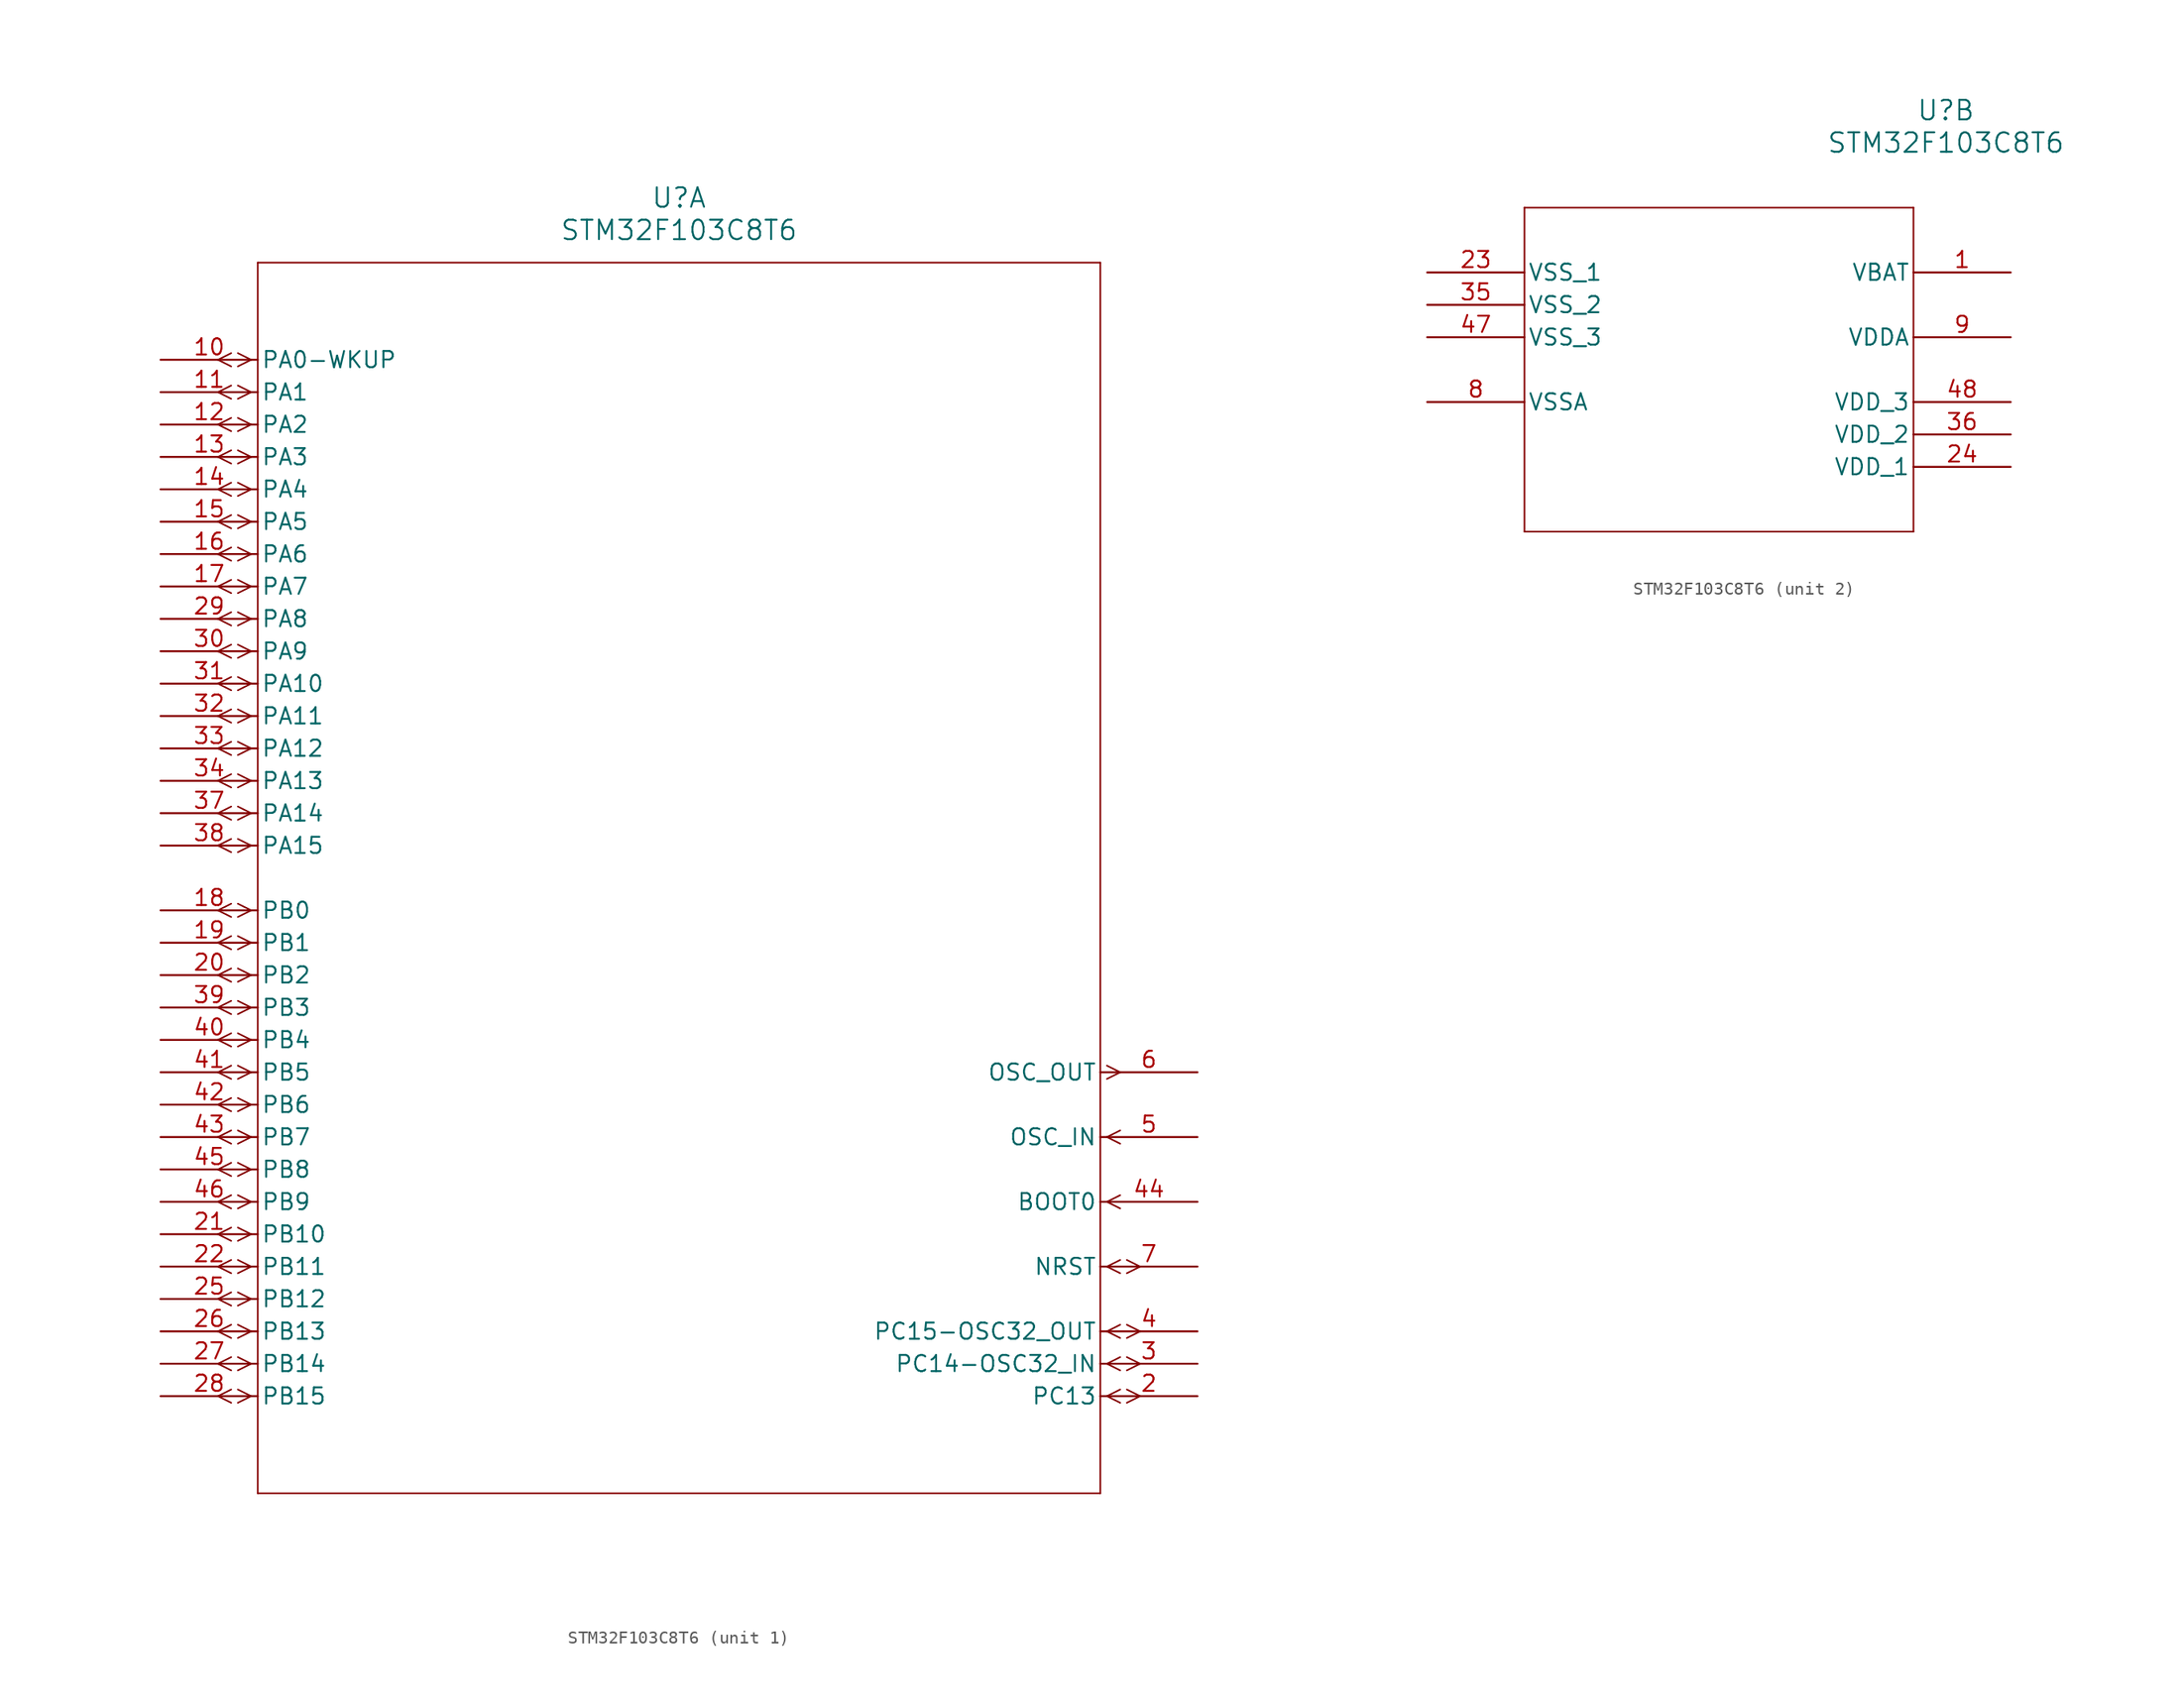
<source format=kicad_sym>
(kicad_symbol_lib
  (version 20211014)
  (generator kicad_symbol_editor)
  (symbol "STM32F103C8T6"
    (pin_names
      (offset 0.254))
    (property "Reference" "U"
      (at 40.64 12.7 0)
      (effects (font (size 1.524 1.524))))
    (property "Value" "STM32F103C8T6"
      (at 40.64 10.16 0)
      (effects (font (size 1.524 1.524))))
    (symbol "STM32F103C8T6_1_1"
      (polyline (pts (xy 7.099 0) (xy 6.058 0.521)) (stroke (width 0.127) (type default) (color 0 0 0 0)) (fill (type none)))
      (polyline (pts (xy 7.099 0) (xy 6.058 -0.521)) (stroke (width 0.127) (type default) (color 0 0 0 0)) (fill (type none)))
      (polyline (pts (xy 5.537 0.521) (xy 4.496 0)) (stroke (width 0.127) (type default) (color 0 0 0 0)) (fill (type none)))
      (polyline (pts (xy 5.537 -0.521) (xy 4.496 0)) (stroke (width 0.127) (type default) (color 0 0 0 0)) (fill (type none)))
      (polyline (pts (xy 7.099 -2.54) (xy 6.058 -2.019)) (stroke (width 0.127) (type default) (color 0 0 0 0)) (fill (type none)))
      (polyline (pts (xy 7.099 -2.54) (xy 6.058 -3.061)) (stroke (width 0.127) (type default) (color 0 0 0 0)) (fill (type none)))
      (polyline (pts (xy 5.537 -2.019) (xy 4.496 -2.54)) (stroke (width 0.127) (type default) (color 0 0 0 0)) (fill (type none)))
      (polyline (pts (xy 5.537 -3.061) (xy 4.496 -2.54)) (stroke (width 0.127) (type default) (color 0 0 0 0)) (fill (type none)))
      (polyline (pts (xy 7.099 -5.08) (xy 6.058 -4.559)) (stroke (width 0.127) (type default) (color 0 0 0 0)) (fill (type none)))
      (polyline (pts (xy 7.099 -5.08) (xy 6.058 -5.601)) (stroke (width 0.127) (type default) (color 0 0 0 0)) (fill (type none)))
      (polyline (pts (xy 5.537 -4.559) (xy 4.496 -5.08)) (stroke (width 0.127) (type default) (color 0 0 0 0)) (fill (type none)))
      (polyline (pts (xy 5.537 -5.601) (xy 4.496 -5.08)) (stroke (width 0.127) (type default) (color 0 0 0 0)) (fill (type none)))
      (polyline (pts (xy 7.099 -7.62) (xy 6.058 -7.099)) (stroke (width 0.127) (type default) (color 0 0 0 0)) (fill (type none)))
      (polyline (pts (xy 7.099 -7.62) (xy 6.058 -8.141)) (stroke (width 0.127) (type default) (color 0 0 0 0)) (fill (type none)))
      (polyline (pts (xy 5.537 -7.099) (xy 4.496 -7.62)) (stroke (width 0.127) (type default) (color 0 0 0 0)) (fill (type none)))
      (polyline (pts (xy 5.537 -8.141) (xy 4.496 -7.62)) (stroke (width 0.127) (type default) (color 0 0 0 0)) (fill (type none)))
      (polyline (pts (xy 7.099 -10.16) (xy 6.058 -9.639)) (stroke (width 0.127) (type default) (color 0 0 0 0)) (fill (type none)))
      (polyline (pts (xy 7.099 -10.16) (xy 6.058 -10.681)) (stroke (width 0.127) (type default) (color 0 0 0 0)) (fill (type none)))
      (polyline (pts (xy 5.537 -9.639) (xy 4.496 -10.16)) (stroke (width 0.127) (type default) (color 0 0 0 0)) (fill (type none)))
      (polyline (pts (xy 5.537 -10.681) (xy 4.496 -10.16)) (stroke (width 0.127) (type default) (color 0 0 0 0)) (fill (type none)))
      (polyline (pts (xy 7.099 -12.7) (xy 6.058 -12.179)) (stroke (width 0.127) (type default) (color 0 0 0 0)) (fill (type none)))
      (polyline (pts (xy 7.099 -12.7) (xy 6.058 -13.221)) (stroke (width 0.127) (type default) (color 0 0 0 0)) (fill (type none)))
      (polyline (pts (xy 5.537 -12.179) (xy 4.496 -12.7)) (stroke (width 0.127) (type default) (color 0 0 0 0)) (fill (type none)))
      (polyline (pts (xy 5.537 -13.221) (xy 4.496 -12.7)) (stroke (width 0.127) (type default) (color 0 0 0 0)) (fill (type none)))
      (polyline (pts (xy 7.099 -15.24) (xy 6.058 -14.719)) (stroke (width 0.127) (type default) (color 0 0 0 0)) (fill (type none)))
      (polyline (pts (xy 7.099 -15.24) (xy 6.058 -15.761)) (stroke (width 0.127) (type default) (color 0 0 0 0)) (fill (type none)))
      (polyline (pts (xy 5.537 -14.719) (xy 4.496 -15.24)) (stroke (width 0.127) (type default) (color 0 0 0 0)) (fill (type none)))
      (polyline (pts (xy 5.537 -15.761) (xy 4.496 -15.24)) (stroke (width 0.127) (type default) (color 0 0 0 0)) (fill (type none)))
      (polyline (pts (xy 7.099 -17.78) (xy 6.058 -17.259)) (stroke (width 0.127) (type default) (color 0 0 0 0)) (fill (type none)))
      (polyline (pts (xy 7.099 -17.78) (xy 6.058 -18.301)) (stroke (width 0.127) (type default) (color 0 0 0 0)) (fill (type none)))
      (polyline (pts (xy 5.537 -17.259) (xy 4.496 -17.78)) (stroke (width 0.127) (type default) (color 0 0 0 0)) (fill (type none)))
      (polyline (pts (xy 5.537 -18.301) (xy 4.496 -17.78)) (stroke (width 0.127) (type default) (color 0 0 0 0)) (fill (type none)))
      (polyline (pts (xy 7.099 -20.32) (xy 6.058 -19.799)) (stroke (width 0.127) (type default) (color 0 0 0 0)) (fill (type none)))
      (polyline (pts (xy 7.099 -20.32) (xy 6.058 -20.841)) (stroke (width 0.127) (type default) (color 0 0 0 0)) (fill (type none)))
      (polyline (pts (xy 5.537 -19.799) (xy 4.496 -20.32)) (stroke (width 0.127) (type default) (color 0 0 0 0)) (fill (type none)))
      (polyline (pts (xy 5.537 -20.841) (xy 4.496 -20.32)) (stroke (width 0.127) (type default) (color 0 0 0 0)) (fill (type none)))
      (polyline (pts (xy 7.099 -22.86) (xy 6.058 -22.339)) (stroke (width 0.127) (type default) (color 0 0 0 0)) (fill (type none)))
      (polyline (pts (xy 7.099 -22.86) (xy 6.058 -23.381)) (stroke (width 0.127) (type default) (color 0 0 0 0)) (fill (type none)))
      (polyline (pts (xy 5.537 -22.339) (xy 4.496 -22.86)) (stroke (width 0.127) (type default) (color 0 0 0 0)) (fill (type none)))
      (polyline (pts (xy 5.537 -23.381) (xy 4.496 -22.86)) (stroke (width 0.127) (type default) (color 0 0 0 0)) (fill (type none)))
      (polyline (pts (xy 7.099 -25.4) (xy 6.058 -24.879)) (stroke (width 0.127) (type default) (color 0 0 0 0)) (fill (type none)))
      (polyline (pts (xy 7.099 -25.4) (xy 6.058 -25.921)) (stroke (width 0.127) (type default) (color 0 0 0 0)) (fill (type none)))
      (polyline (pts (xy 5.537 -24.879) (xy 4.496 -25.4)) (stroke (width 0.127) (type default) (color 0 0 0 0)) (fill (type none)))
      (polyline (pts (xy 5.537 -25.921) (xy 4.496 -25.4)) (stroke (width 0.127) (type default) (color 0 0 0 0)) (fill (type none)))
      (polyline (pts (xy 7.099 -27.94) (xy 6.058 -27.419)) (stroke (width 0.127) (type default) (color 0 0 0 0)) (fill (type none)))
      (polyline (pts (xy 7.099 -27.94) (xy 6.058 -28.461)) (stroke (width 0.127) (type default) (color 0 0 0 0)) (fill (type none)))
      (polyline (pts (xy 5.537 -27.419) (xy 4.496 -27.94)) (stroke (width 0.127) (type default) (color 0 0 0 0)) (fill (type none)))
      (polyline (pts (xy 5.537 -28.461) (xy 4.496 -27.94)) (stroke (width 0.127) (type default) (color 0 0 0 0)) (fill (type none)))
      (polyline (pts (xy 7.099 -30.48) (xy 6.058 -29.959)) (stroke (width 0.127) (type default) (color 0 0 0 0)) (fill (type none)))
      (polyline (pts (xy 7.099 -30.48) (xy 6.058 -31.001)) (stroke (width 0.127) (type default) (color 0 0 0 0)) (fill (type none)))
      (polyline (pts (xy 5.537 -29.959) (xy 4.496 -30.48)) (stroke (width 0.127) (type default) (color 0 0 0 0)) (fill (type none)))
      (polyline (pts (xy 5.537 -31.001) (xy 4.496 -30.48)) (stroke (width 0.127) (type default) (color 0 0 0 0)) (fill (type none)))
      (polyline (pts (xy 7.099 -33.02) (xy 6.058 -32.499)) (stroke (width 0.127) (type default) (color 0 0 0 0)) (fill (type none)))
      (polyline (pts (xy 7.099 -33.02) (xy 6.058 -33.541)) (stroke (width 0.127) (type default) (color 0 0 0 0)) (fill (type none)))
      (polyline (pts (xy 5.537 -32.499) (xy 4.496 -33.02)) (stroke (width 0.127) (type default) (color 0 0 0 0)) (fill (type none)))
      (polyline (pts (xy 5.537 -33.541) (xy 4.496 -33.02)) (stroke (width 0.127) (type default) (color 0 0 0 0)) (fill (type none)))
      (polyline (pts (xy 7.099 -35.56) (xy 6.058 -35.039)) (stroke (width 0.127) (type default) (color 0 0 0 0)) (fill (type none)))
      (polyline (pts (xy 7.099 -35.56) (xy 6.058 -36.081)) (stroke (width 0.127) (type default) (color 0 0 0 0)) (fill (type none)))
      (polyline (pts (xy 5.537 -35.039) (xy 4.496 -35.56)) (stroke (width 0.127) (type default) (color 0 0 0 0)) (fill (type none)))
      (polyline (pts (xy 5.537 -36.081) (xy 4.496 -35.56)) (stroke (width 0.127) (type default) (color 0 0 0 0)) (fill (type none)))
      (polyline (pts (xy 7.099 -38.1) (xy 6.058 -37.579)) (stroke (width 0.127) (type default) (color 0 0 0 0)) (fill (type none)))
      (polyline (pts (xy 7.099 -38.1) (xy 6.058 -38.621)) (stroke (width 0.127) (type default) (color 0 0 0 0)) (fill (type none)))
      (polyline (pts (xy 5.537 -37.579) (xy 4.496 -38.1)) (stroke (width 0.127) (type default) (color 0 0 0 0)) (fill (type none)))
      (polyline (pts (xy 5.537 -38.621) (xy 4.496 -38.1)) (stroke (width 0.127) (type default) (color 0 0 0 0)) (fill (type none)))
      (polyline (pts (xy 7.099 -43.18) (xy 6.058 -42.659)) (stroke (width 0.127) (type default) (color 0 0 0 0)) (fill (type none)))
      (polyline (pts (xy 7.099 -43.18) (xy 6.058 -43.701)) (stroke (width 0.127) (type default) (color 0 0 0 0)) (fill (type none)))
      (polyline (pts (xy 5.537 -42.659) (xy 4.496 -43.18)) (stroke (width 0.127) (type default) (color 0 0 0 0)) (fill (type none)))
      (polyline (pts (xy 5.537 -43.701) (xy 4.496 -43.18)) (stroke (width 0.127) (type default) (color 0 0 0 0)) (fill (type none)))
      (polyline (pts (xy 7.099 -45.72) (xy 6.058 -45.199)) (stroke (width 0.127) (type default) (color 0 0 0 0)) (fill (type none)))
      (polyline (pts (xy 7.099 -45.72) (xy 6.058 -46.241)) (stroke (width 0.127) (type default) (color 0 0 0 0)) (fill (type none)))
      (polyline (pts (xy 5.537 -45.199) (xy 4.496 -45.72)) (stroke (width 0.127) (type default) (color 0 0 0 0)) (fill (type none)))
      (polyline (pts (xy 5.537 -46.241) (xy 4.496 -45.72)) (stroke (width 0.127) (type default) (color 0 0 0 0)) (fill (type none)))
      (polyline (pts (xy 7.099 -48.26) (xy 6.058 -47.739)) (stroke (width 0.127) (type default) (color 0 0 0 0)) (fill (type none)))
      (polyline (pts (xy 7.099 -48.26) (xy 6.058 -48.781)) (stroke (width 0.127) (type default) (color 0 0 0 0)) (fill (type none)))
      (polyline (pts (xy 5.537 -47.739) (xy 4.496 -48.26)) (stroke (width 0.127) (type default) (color 0 0 0 0)) (fill (type none)))
      (polyline (pts (xy 5.537 -48.781) (xy 4.496 -48.26)) (stroke (width 0.127) (type default) (color 0 0 0 0)) (fill (type none)))
      (polyline (pts (xy 7.099 -50.8) (xy 6.058 -50.279)) (stroke (width 0.127) (type default) (color 0 0 0 0)) (fill (type none)))
      (polyline (pts (xy 7.099 -50.8) (xy 6.058 -51.321)) (stroke (width 0.127) (type default) (color 0 0 0 0)) (fill (type none)))
      (polyline (pts (xy 5.537 -50.279) (xy 4.496 -50.8)) (stroke (width 0.127) (type default) (color 0 0 0 0)) (fill (type none)))
      (polyline (pts (xy 5.537 -51.321) (xy 4.496 -50.8)) (stroke (width 0.127) (type default) (color 0 0 0 0)) (fill (type none)))
      (polyline (pts (xy 7.099 -53.34) (xy 6.058 -52.819)) (stroke (width 0.127) (type default) (color 0 0 0 0)) (fill (type none)))
      (polyline (pts (xy 7.099 -53.34) (xy 6.058 -53.861)) (stroke (width 0.127) (type default) (color 0 0 0 0)) (fill (type none)))
      (polyline (pts (xy 5.537 -52.819) (xy 4.496 -53.34)) (stroke (width 0.127) (type default) (color 0 0 0 0)) (fill (type none)))
      (polyline (pts (xy 5.537 -53.861) (xy 4.496 -53.34)) (stroke (width 0.127) (type default) (color 0 0 0 0)) (fill (type none)))
      (polyline (pts (xy 7.099 -55.88) (xy 6.058 -55.359)) (stroke (width 0.127) (type default) (color 0 0 0 0)) (fill (type none)))
      (polyline (pts (xy 7.099 -55.88) (xy 6.058 -56.401)) (stroke (width 0.127) (type default) (color 0 0 0 0)) (fill (type none)))
      (polyline (pts (xy 5.537 -55.359) (xy 4.496 -55.88)) (stroke (width 0.127) (type default) (color 0 0 0 0)) (fill (type none)))
      (polyline (pts (xy 5.537 -56.401) (xy 4.496 -55.88)) (stroke (width 0.127) (type default) (color 0 0 0 0)) (fill (type none)))
      (polyline (pts (xy 7.099 -58.42) (xy 6.058 -57.899)) (stroke (width 0.127) (type default) (color 0 0 0 0)) (fill (type none)))
      (polyline (pts (xy 7.099 -58.42) (xy 6.058 -58.941)) (stroke (width 0.127) (type default) (color 0 0 0 0)) (fill (type none)))
      (polyline (pts (xy 5.537 -57.899) (xy 4.496 -58.42)) (stroke (width 0.127) (type default) (color 0 0 0 0)) (fill (type none)))
      (polyline (pts (xy 5.537 -58.941) (xy 4.496 -58.42)) (stroke (width 0.127) (type default) (color 0 0 0 0)) (fill (type none)))
      (polyline (pts (xy 7.099 -60.96) (xy 6.058 -60.439)) (stroke (width 0.127) (type default) (color 0 0 0 0)) (fill (type none)))
      (polyline (pts (xy 7.099 -60.96) (xy 6.058 -61.481)) (stroke (width 0.127) (type default) (color 0 0 0 0)) (fill (type none)))
      (polyline (pts (xy 5.537 -60.439) (xy 4.496 -60.96)) (stroke (width 0.127) (type default) (color 0 0 0 0)) (fill (type none)))
      (polyline (pts (xy 5.537 -61.481) (xy 4.496 -60.96)) (stroke (width 0.127) (type default) (color 0 0 0 0)) (fill (type none)))
      (polyline (pts (xy 7.099 -63.5) (xy 6.058 -62.979)) (stroke (width 0.127) (type default) (color 0 0 0 0)) (fill (type none)))
      (polyline (pts (xy 7.099 -63.5) (xy 6.058 -64.021)) (stroke (width 0.127) (type default) (color 0 0 0 0)) (fill (type none)))
      (polyline (pts (xy 5.537 -62.979) (xy 4.496 -63.5)) (stroke (width 0.127) (type default) (color 0 0 0 0)) (fill (type none)))
      (polyline (pts (xy 5.537 -64.021) (xy 4.496 -63.5)) (stroke (width 0.127) (type default) (color 0 0 0 0)) (fill (type none)))
      (polyline (pts (xy 7.099 -66.04) (xy 6.058 -65.519)) (stroke (width 0.127) (type default) (color 0 0 0 0)) (fill (type none)))
      (polyline (pts (xy 7.099 -66.04) (xy 6.058 -66.561)) (stroke (width 0.127) (type default) (color 0 0 0 0)) (fill (type none)))
      (polyline (pts (xy 5.537 -65.519) (xy 4.496 -66.04)) (stroke (width 0.127) (type default) (color 0 0 0 0)) (fill (type none)))
      (polyline (pts (xy 5.537 -66.561) (xy 4.496 -66.04)) (stroke (width 0.127) (type default) (color 0 0 0 0)) (fill (type none)))
      (polyline (pts (xy 7.099 -68.58) (xy 6.058 -68.059)) (stroke (width 0.127) (type default) (color 0 0 0 0)) (fill (type none)))
      (polyline (pts (xy 7.099 -68.58) (xy 6.058 -69.101)) (stroke (width 0.127) (type default) (color 0 0 0 0)) (fill (type none)))
      (polyline (pts (xy 5.537 -68.059) (xy 4.496 -68.58)) (stroke (width 0.127) (type default) (color 0 0 0 0)) (fill (type none)))
      (polyline (pts (xy 5.537 -69.101) (xy 4.496 -68.58)) (stroke (width 0.127) (type default) (color 0 0 0 0)) (fill (type none)))
      (polyline (pts (xy 7.099 -71.12) (xy 6.058 -70.599)) (stroke (width 0.127) (type default) (color 0 0 0 0)) (fill (type none)))
      (polyline (pts (xy 7.099 -71.12) (xy 6.058 -71.641)) (stroke (width 0.127) (type default) (color 0 0 0 0)) (fill (type none)))
      (polyline (pts (xy 5.537 -70.599) (xy 4.496 -71.12)) (stroke (width 0.127) (type default) (color 0 0 0 0)) (fill (type none)))
      (polyline (pts (xy 5.537 -71.641) (xy 4.496 -71.12)) (stroke (width 0.127) (type default) (color 0 0 0 0)) (fill (type none)))
      (polyline (pts (xy 7.099 -73.66) (xy 6.058 -73.139)) (stroke (width 0.127) (type default) (color 0 0 0 0)) (fill (type none)))
      (polyline (pts (xy 7.099 -73.66) (xy 6.058 -74.181)) (stroke (width 0.127) (type default) (color 0 0 0 0)) (fill (type none)))
      (polyline (pts (xy 5.537 -73.139) (xy 4.496 -73.66)) (stroke (width 0.127) (type default) (color 0 0 0 0)) (fill (type none)))
      (polyline (pts (xy 5.537 -74.181) (xy 4.496 -73.66)) (stroke (width 0.127) (type default) (color 0 0 0 0)) (fill (type none)))
      (polyline (pts (xy 7.099 -76.2) (xy 6.058 -75.679)) (stroke (width 0.127) (type default) (color 0 0 0 0)) (fill (type none)))
      (polyline (pts (xy 7.099 -76.2) (xy 6.058 -76.721)) (stroke (width 0.127) (type default) (color 0 0 0 0)) (fill (type none)))
      (polyline (pts (xy 5.537 -75.679) (xy 4.496 -76.2)) (stroke (width 0.127) (type default) (color 0 0 0 0)) (fill (type none)))
      (polyline (pts (xy 5.537 -76.721) (xy 4.496 -76.2)) (stroke (width 0.127) (type default) (color 0 0 0 0)) (fill (type none)))
      (polyline (pts (xy 7.099 -78.74) (xy 6.058 -78.219)) (stroke (width 0.127) (type default) (color 0 0 0 0)) (fill (type none)))
      (polyline (pts (xy 7.099 -78.74) (xy 6.058 -79.261)) (stroke (width 0.127) (type default) (color 0 0 0 0)) (fill (type none)))
      (polyline (pts (xy 5.537 -78.219) (xy 4.496 -78.74)) (stroke (width 0.127) (type default) (color 0 0 0 0)) (fill (type none)))
      (polyline (pts (xy 5.537 -79.261) (xy 4.496 -78.74)) (stroke (width 0.127) (type default) (color 0 0 0 0)) (fill (type none)))
      (polyline (pts (xy 7.099 -81.28) (xy 6.058 -80.759)) (stroke (width 0.127) (type default) (color 0 0 0 0)) (fill (type none)))
      (polyline (pts (xy 7.099 -81.28) (xy 6.058 -81.801)) (stroke (width 0.127) (type default) (color 0 0 0 0)) (fill (type none)))
      (polyline (pts (xy 5.537 -80.759) (xy 4.496 -81.28)) (stroke (width 0.127) (type default) (color 0 0 0 0)) (fill (type none)))
      (polyline (pts (xy 5.537 -81.801) (xy 4.496 -81.28)) (stroke (width 0.127) (type default) (color 0 0 0 0)) (fill (type none)))
      (polyline (pts (xy 74.181 -81.28) (xy 75.222 -80.759)) (stroke (width 0.127) (type default) (color 0 0 0 0)) (fill (type none)))
      (polyline (pts (xy 74.181 -81.28) (xy 75.222 -81.801)) (stroke (width 0.127) (type default) (color 0 0 0 0)) (fill (type none)))
      (polyline (pts (xy 75.743 -80.759) (xy 76.784 -81.28)) (stroke (width 0.127) (type default) (color 0 0 0 0)) (fill (type none)))
      (polyline (pts (xy 75.743 -81.801) (xy 76.784 -81.28)) (stroke (width 0.127) (type default) (color 0 0 0 0)) (fill (type none)))
      (polyline (pts (xy 74.181 -78.74) (xy 75.222 -78.219)) (stroke (width 0.127) (type default) (color 0 0 0 0)) (fill (type none)))
      (polyline (pts (xy 74.181 -78.74) (xy 75.222 -79.261)) (stroke (width 0.127) (type default) (color 0 0 0 0)) (fill (type none)))
      (polyline (pts (xy 75.743 -78.219) (xy 76.784 -78.74)) (stroke (width 0.127) (type default) (color 0 0 0 0)) (fill (type none)))
      (polyline (pts (xy 75.743 -79.261) (xy 76.784 -78.74)) (stroke (width 0.127) (type default) (color 0 0 0 0)) (fill (type none)))
      (polyline (pts (xy 74.181 -76.2) (xy 75.222 -75.679)) (stroke (width 0.127) (type default) (color 0 0 0 0)) (fill (type none)))
      (polyline (pts (xy 74.181 -76.2) (xy 75.222 -76.721)) (stroke (width 0.127) (type default) (color 0 0 0 0)) (fill (type none)))
      (polyline (pts (xy 75.743 -75.679) (xy 76.784 -76.2)) (stroke (width 0.127) (type default) (color 0 0 0 0)) (fill (type none)))
      (polyline (pts (xy 75.743 -76.721) (xy 76.784 -76.2)) (stroke (width 0.127) (type default) (color 0 0 0 0)) (fill (type none)))
      (polyline (pts (xy 74.181 -71.12) (xy 75.222 -70.599)) (stroke (width 0.127) (type default) (color 0 0 0 0)) (fill (type none)))
      (polyline (pts (xy 74.181 -71.12) (xy 75.222 -71.641)) (stroke (width 0.127) (type default) (color 0 0 0 0)) (fill (type none)))
      (polyline (pts (xy 75.743 -70.599) (xy 76.784 -71.12)) (stroke (width 0.127) (type default) (color 0 0 0 0)) (fill (type none)))
      (polyline (pts (xy 75.743 -71.641) (xy 76.784 -71.12)) (stroke (width 0.127) (type default) (color 0 0 0 0)) (fill (type none)))
      (polyline (pts (xy 74.181 -66.04) (xy 75.222 -65.519)) (stroke (width 0.127) (type default) (color 0 0 0 0)) (fill (type none)))
      (polyline (pts (xy 74.181 -66.04) (xy 75.222 -66.561)) (stroke (width 0.127) (type default) (color 0 0 0 0)) (fill (type none)))
      (polyline (pts (xy 74.181 -60.96) (xy 75.222 -60.439)) (stroke (width 0.127) (type default) (color 0 0 0 0)) (fill (type none)))
      (polyline (pts (xy 74.181 -60.96) (xy 75.222 -61.481)) (stroke (width 0.127) (type default) (color 0 0 0 0)) (fill (type none)))
      (polyline (pts (xy 74.181 -55.359) (xy 75.222 -55.88)) (stroke (width 0.127) (type default) (color 0 0 0 0)) (fill (type none)))
      (polyline (pts (xy 74.181 -56.401) (xy 75.222 -55.88)) (stroke (width 0.127) (type default) (color 0 0 0 0)) (fill (type none)))
      (polyline (pts (xy 7.62 7.62) (xy 7.62 -88.9)) (stroke (width 0.127) (type default) (color 0 0 0 0)) (fill (type none)))
      (polyline (pts (xy 7.62 -88.9) (xy 73.66 -88.9)) (stroke (width 0.127) (type default) (color 0 0 0 0)) (fill (type none)))
      (polyline (pts (xy 73.66 -88.9) (xy 73.66 7.62)) (stroke (width 0.127) (type default) (color 0 0 0 0)) (fill (type none)))
      (polyline (pts (xy 73.66 7.62) (xy 7.62 7.62)) (stroke (width 0.127) (type default) (color 0 0 0 0)) (fill (type none)))
      (pin bidirectional line (at 81.28 -81.28 180) (length 7.62) (name "PC13" (effects (font (size 1.27 1.27)))) (number "2" (effects (font (size 1.27 1.27)))))
      (pin bidirectional line (at 81.28 -78.74 180) (length 7.62) (name "PC14-OSC32_IN" (effects (font (size 1.27 1.27)))) (number "3" (effects (font (size 1.27 1.27)))))
      (pin bidirectional line (at 81.28 -76.2 180) (length 7.62) (name "PC15-OSC32_OUT" (effects (font (size 1.27 1.27)))) (number "4" (effects (font (size 1.27 1.27)))))
      (pin input line (at 81.28 -60.96 180) (length 7.62) (name "OSC_IN" (effects (font (size 1.27 1.27)))) (number "5" (effects (font (size 1.27 1.27)))))
      (pin output line (at 81.28 -55.88 180) (length 7.62) (name "OSC_OUT" (effects (font (size 1.27 1.27)))) (number "6" (effects (font (size 1.27 1.27)))))
      (pin bidirectional line (at 81.28 -71.12 180) (length 7.62) (name "NRST" (effects (font (size 1.27 1.27)))) (number "7" (effects (font (size 1.27 1.27)))))
      (pin bidirectional line (at 0 0 0) (length 7.62) (name "PA0-WKUP" (effects (font (size 1.27 1.27)))) (number "10" (effects (font (size 1.27 1.27)))))
      (pin bidirectional line (at 0 -2.54 0) (length 7.62) (name "PA1" (effects (font (size 1.27 1.27)))) (number "11" (effects (font (size 1.27 1.27)))))
      (pin bidirectional line (at 0 -5.08 0) (length 7.62) (name "PA2" (effects (font (size 1.27 1.27)))) (number "12" (effects (font (size 1.27 1.27)))))
      (pin bidirectional line (at 0 -7.62 0) (length 7.62) (name "PA3" (effects (font (size 1.27 1.27)))) (number "13" (effects (font (size 1.27 1.27)))))
      (pin bidirectional line (at 0 -10.16 0) (length 7.62) (name "PA4" (effects (font (size 1.27 1.27)))) (number "14" (effects (font (size 1.27 1.27)))))
      (pin bidirectional line (at 0 -12.7 0) (length 7.62) (name "PA5" (effects (font (size 1.27 1.27)))) (number "15" (effects (font (size 1.27 1.27)))))
      (pin bidirectional line (at 0 -15.24 0) (length 7.62) (name "PA6" (effects (font (size 1.27 1.27)))) (number "16" (effects (font (size 1.27 1.27)))))
      (pin bidirectional line (at 0 -17.78 0) (length 7.62) (name "PA7" (effects (font (size 1.27 1.27)))) (number "17" (effects (font (size 1.27 1.27)))))
      (pin bidirectional line (at 0 -43.18 0) (length 7.62) (name "PB0" (effects (font (size 1.27 1.27)))) (number "18" (effects (font (size 1.27 1.27)))))
      (pin bidirectional line (at 0 -45.72 0) (length 7.62) (name "PB1" (effects (font (size 1.27 1.27)))) (number "19" (effects (font (size 1.27 1.27)))))
      (pin bidirectional line (at 0 -48.26 0) (length 7.62) (name "PB2" (effects (font (size 1.27 1.27)))) (number "20" (effects (font (size 1.27 1.27)))))
      (pin bidirectional line (at 0 -68.58 0) (length 7.62) (name "PB10" (effects (font (size 1.27 1.27)))) (number "21" (effects (font (size 1.27 1.27)))))
      (pin bidirectional line (at 0 -71.12 0) (length 7.62) (name "PB11" (effects (font (size 1.27 1.27)))) (number "22" (effects (font (size 1.27 1.27)))))
      (pin bidirectional line (at 0 -73.66 0) (length 7.62) (name "PB12" (effects (font (size 1.27 1.27)))) (number "25" (effects (font (size 1.27 1.27)))))
      (pin bidirectional line (at 0 -76.2 0) (length 7.62) (name "PB13" (effects (font (size 1.27 1.27)))) (number "26" (effects (font (size 1.27 1.27)))))
      (pin bidirectional line (at 0 -78.74 0) (length 7.62) (name "PB14" (effects (font (size 1.27 1.27)))) (number "27" (effects (font (size 1.27 1.27)))))
      (pin bidirectional line (at 0 -81.28 0) (length 7.62) (name "PB15" (effects (font (size 1.27 1.27)))) (number "28" (effects (font (size 1.27 1.27)))))
      (pin bidirectional line (at 0 -20.32 0) (length 7.62) (name "PA8" (effects (font (size 1.27 1.27)))) (number "29" (effects (font (size 1.27 1.27)))))
      (pin bidirectional line (at 0 -22.86 0) (length 7.62) (name "PA9" (effects (font (size 1.27 1.27)))) (number "30" (effects (font (size 1.27 1.27)))))
      (pin bidirectional line (at 0 -25.4 0) (length 7.62) (name "PA10" (effects (font (size 1.27 1.27)))) (number "31" (effects (font (size 1.27 1.27)))))
      (pin bidirectional line (at 0 -27.94 0) (length 7.62) (name "PA11" (effects (font (size 1.27 1.27)))) (number "32" (effects (font (size 1.27 1.27)))))
      (pin bidirectional line (at 0 -30.48 0) (length 7.62) (name "PA12" (effects (font (size 1.27 1.27)))) (number "33" (effects (font (size 1.27 1.27)))))
      (pin bidirectional line (at 0 -33.02 0) (length 7.62) (name "PA13" (effects (font (size 1.27 1.27)))) (number "34" (effects (font (size 1.27 1.27)))))
      (pin bidirectional line (at 0 -35.56 0) (length 7.62) (name "PA14" (effects (font (size 1.27 1.27)))) (number "37" (effects (font (size 1.27 1.27)))))
      (pin bidirectional line (at 0 -38.1 0) (length 7.62) (name "PA15" (effects (font (size 1.27 1.27)))) (number "38" (effects (font (size 1.27 1.27)))))
      (pin bidirectional line (at 0 -50.8 0) (length 7.62) (name "PB3" (effects (font (size 1.27 1.27)))) (number "39" (effects (font (size 1.27 1.27)))))
      (pin bidirectional line (at 0 -53.34 0) (length 7.62) (name "PB4" (effects (font (size 1.27 1.27)))) (number "40" (effects (font (size 1.27 1.27)))))
      (pin bidirectional line (at 0 -55.88 0) (length 7.62) (name "PB5" (effects (font (size 1.27 1.27)))) (number "41" (effects (font (size 1.27 1.27)))))
      (pin bidirectional line (at 0 -58.42 0) (length 7.62) (name "PB6" (effects (font (size 1.27 1.27)))) (number "42" (effects (font (size 1.27 1.27)))))
      (pin bidirectional line (at 0 -60.96 0) (length 7.62) (name "PB7" (effects (font (size 1.27 1.27)))) (number "43" (effects (font (size 1.27 1.27)))))
      (pin input line (at 81.28 -66.04 180) (length 7.62) (name "BOOT0" (effects (font (size 1.27 1.27)))) (number "44" (effects (font (size 1.27 1.27)))))
      (pin bidirectional line (at 0 -63.5 0) (length 7.62) (name "PB8" (effects (font (size 1.27 1.27)))) (number "45" (effects (font (size 1.27 1.27)))))
      (pin bidirectional line (at 0 -66.04 0) (length 7.62) (name "PB9" (effects (font (size 1.27 1.27)))) (number "46" (effects (font (size 1.27 1.27))))))
    (symbol "STM32F103C8T6_2_1"
      (polyline (pts (xy 7.62 5.08) (xy 7.62 -20.32)) (stroke (width 0.127) (type default) (color 0 0 0 0)) (fill (type none)))
      (polyline (pts (xy 7.62 -20.32) (xy 38.1 -20.32)) (stroke (width 0.127) (type default) (color 0 0 0 0)) (fill (type none)))
      (polyline (pts (xy 38.1 -20.32) (xy 38.1 5.08)) (stroke (width 0.127) (type default) (color 0 0 0 0)) (fill (type none)))
      (polyline (pts (xy 38.1 5.08) (xy 7.62 5.08)) (stroke (width 0.127) (type default) (color 0 0 0 0)) (fill (type none)))
      (pin power_in line (at 45.72 0 180) (length 7.62) (name "VBAT" (effects (font (size 1.27 1.27)))) (number "1" (effects (font (size 1.27 1.27)))))
      (pin power_in line (at 0 -10.16 0) (length 7.62) (name "VSSA" (effects (font (size 1.27 1.27)))) (number "8" (effects (font (size 1.27 1.27)))))
      (pin power_in line (at 45.72 -5.08 180) (length 7.62) (name "VDDA" (effects (font (size 1.27 1.27)))) (number "9" (effects (font (size 1.27 1.27)))))
      (pin power_in line (at 0 0 0) (length 7.62) (name "VSS_1" (effects (font (size 1.27 1.27)))) (number "23" (effects (font (size 1.27 1.27)))))
      (pin power_in line (at 45.72 -15.24 180) (length 7.62) (name "VDD_1" (effects (font (size 1.27 1.27)))) (number "24" (effects (font (size 1.27 1.27)))))
      (pin power_in line (at 0 -2.54 0) (length 7.62) (name "VSS_2" (effects (font (size 1.27 1.27)))) (number "35" (effects (font (size 1.27 1.27)))))
      (pin power_in line (at 45.72 -12.7 180) (length 7.62) (name "VDD_2" (effects (font (size 1.27 1.27)))) (number "36" (effects (font (size 1.27 1.27)))))
      (pin power_in line (at 0 -5.08 0) (length 7.62) (name "VSS_3" (effects (font (size 1.27 1.27)))) (number "47" (effects (font (size 1.27 1.27)))))
      (pin power_in line (at 45.72 -10.16 180) (length 7.62) (name "VDD_3" (effects (font (size 1.27 1.27)))) (number "48" (effects (font (size 1.27 1.27))))))))
</source>
